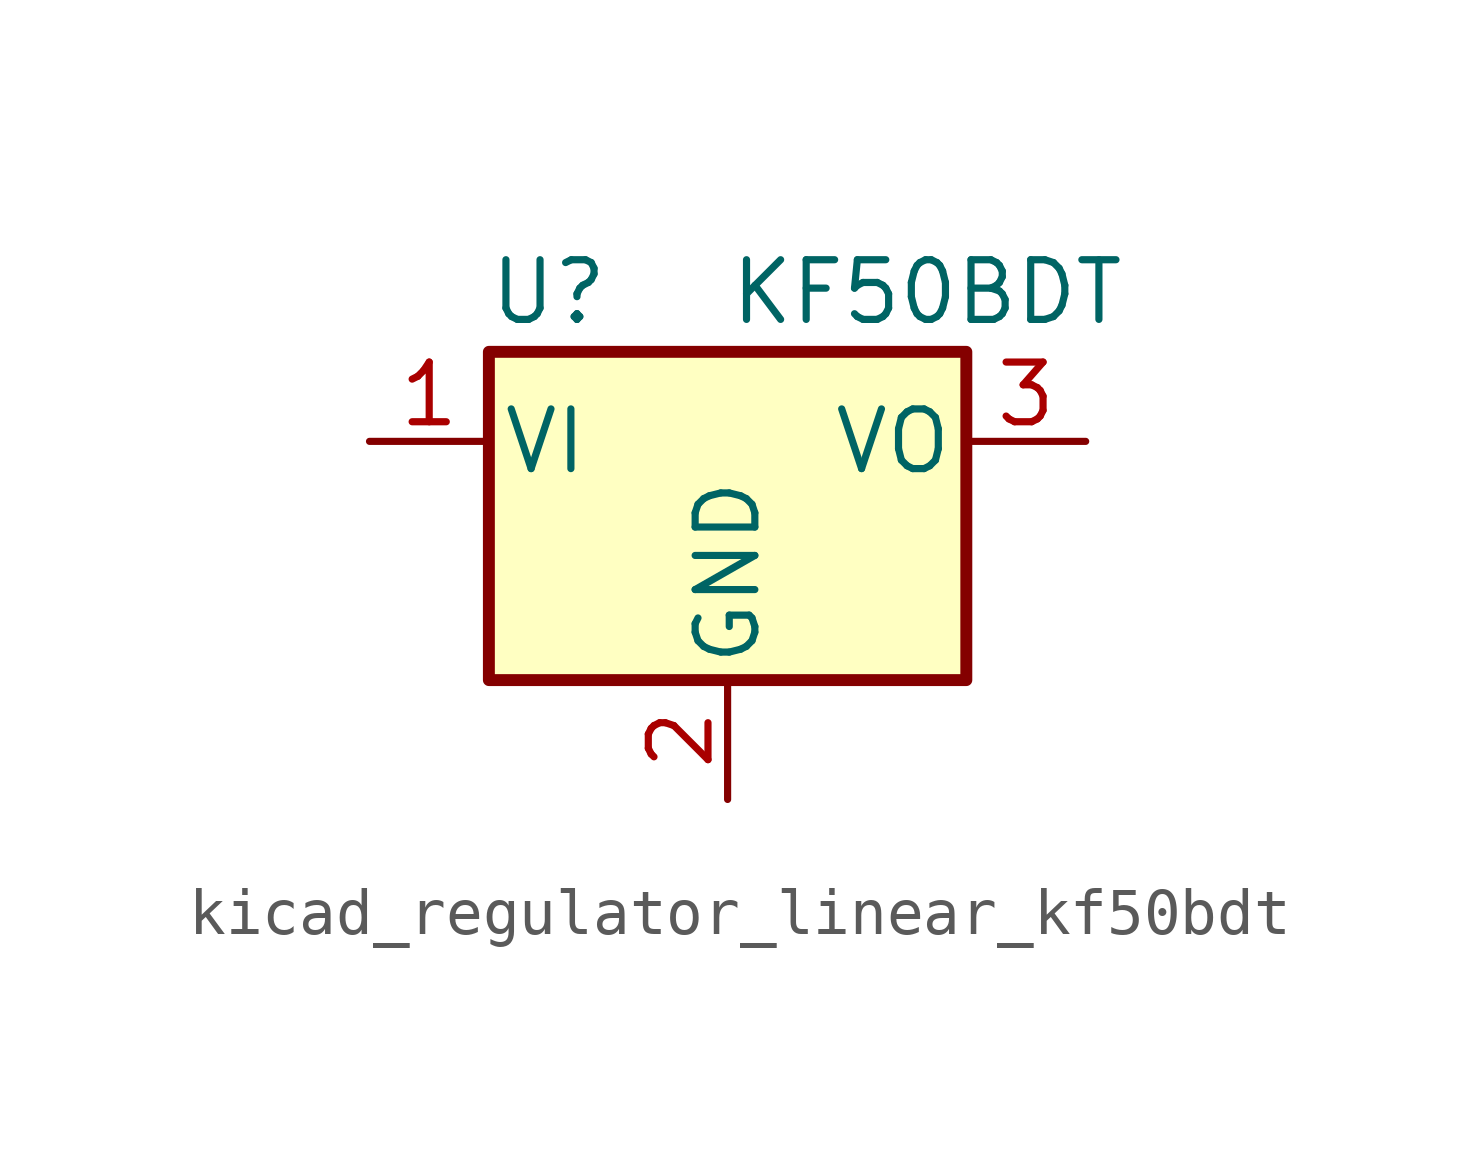
<source format=kicad_sym>
(kicad_symbol_lib
  (version 20220914)
  (generator kicad_symbol_editor)
  (symbol "kicad_regulator_linear_kf50bdt"
    (pin_names
      (offset 0.254))
    (property "Reference" "U"
      (at -3.81 3.175 0)
      (effects (font (size 1.27 1.27))))
    (property "Value" "KF50BDT"
      (at 0 3.175 0)
      (effects (font (size 1.27 1.27)) (justify left)))
    (symbol "kicad_regulator_linear_kf50bdt_0_1"
      (rectangle (start -5.08 1.905) (end 5.08 -5.08) (stroke (width 0.254) (type default)) (fill (type background))))
    (symbol "kicad_regulator_linear_kf50bdt_1_1"
      (pin power_in line (at -7.62 0 0) (length 2.54) (name "VI" (effects (font (size 1.27 1.27)))) (number "1" (effects (font (size 1.27 1.27)))))
      (pin power_in line (at 0 -7.62 90) (length 2.54) (name "GND" (effects (font (size 1.27 1.27)))) (number "2" (effects (font (size 1.27 1.27)))))
      (pin power_out line (at 7.62 0 180) (length 2.54) (name "VO" (effects (font (size 1.27 1.27)))) (number "3" (effects (font (size 1.27 1.27))))))))
</source>
